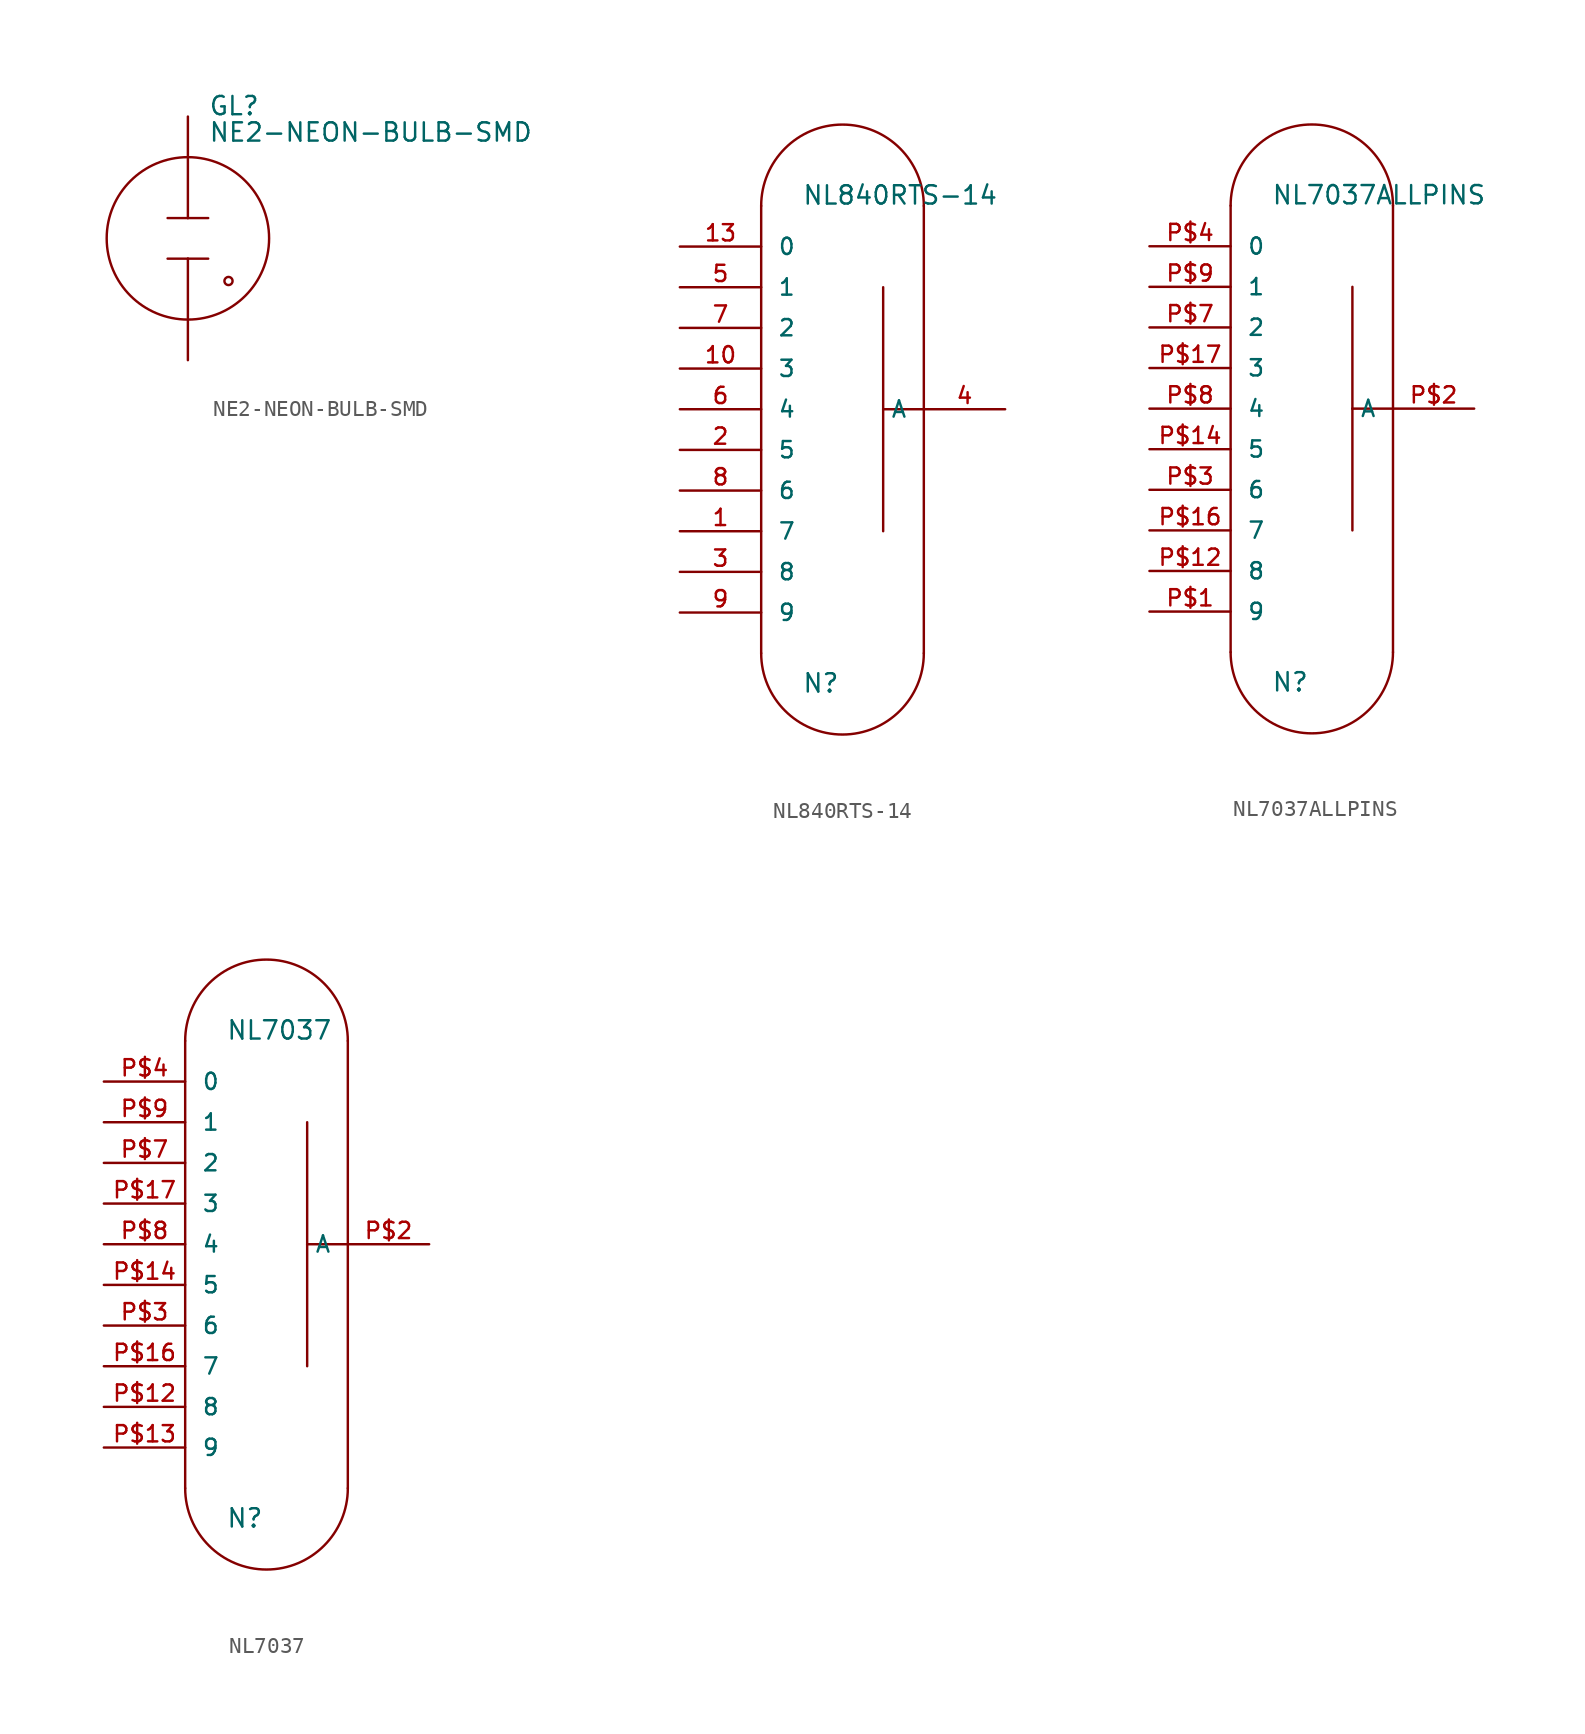
<source format=kicad_sym>
(kicad_symbol_lib
  (version 20211014)
  (generator kicad_symbol_editor)
  (symbol "NE2-NEON-BULB-SMD"
    (pin_numbers hide)
    (pin_names
      (offset 1.016) hide)
    (property "Reference" "GL"
      (at 1.27 7.62 0)
      (effects (font (size 1.143 1.143)) (justify left bottom)))
    (property "Value" "NE2-NEON-BULB-SMD"
      (at 1.27 5.969 0)
      (effects (font (size 1.143 1.143)) (justify left bottom)))
    (property "ki_locked" ""
      (at 0 0 0)
      (effects (font (size 1.27 1.27))))
    (symbol "NE2-NEON-BULB-SMD_1_0"
      (polyline (pts (xy -1.27 -1.27) (xy 0 -1.27)) (stroke (width 0) (type default) (color 0 0 0 0)) (fill (type none)))
      (polyline (pts (xy -1.27 1.27) (xy 0 1.27)) (stroke (width 0) (type default) (color 0 0 0 0)) (fill (type none)))
      (polyline (pts (xy 0 -1.27) (xy 0 -5.08)) (stroke (width 0) (type default) (color 0 0 0 0)) (fill (type none)))
      (polyline (pts (xy 0 -1.27) (xy 1.27 -1.27)) (stroke (width 0) (type default) (color 0 0 0 0)) (fill (type none)))
      (polyline (pts (xy 0 1.27) (xy 1.27 1.27)) (stroke (width 0) (type default) (color 0 0 0 0)) (fill (type none)))
      (polyline (pts (xy 0 5.08) (xy 0 1.27)) (stroke (width 0) (type default) (color 0 0 0 0)) (fill (type none))))
    (symbol "NE2-NEON-BULB-SMD_1_1"
      (circle (center 0 0) (radius 5.08) (stroke (width 0) (type default) (color 0 0 0 0)) (fill (type none)))
      (circle (center 2.54 -2.667) (radius 0.254) (stroke (width 0) (type default) (color 0 0 0 0)) (fill (type none)))
      (pin passive line (at 0 7.62 270) (length 2.54) (name "A" (effects (font (size 1.016 1.016)))) (number "1" (effects (font (size 1.016 1.016)))))
      (pin passive line (at 0 -7.62 90) (length 2.54) (name "A1" (effects (font (size 1.016 1.016)))) (number "2" (effects (font (size 1.016 1.016)))))))
  (symbol "NL840RTS-14"
    (pin_names
      (offset 1.016))
    (property "Reference" "N"
      (at -2.54 -15.24 0)
      (effects (font (size 1.143 1.143)) (justify left bottom)))
    (property "Value" "NL840RTS-14"
      (at -2.54 15.24 0)
      (effects (font (size 1.143 1.143)) (justify left bottom)))
    (property "ki_locked" ""
      (at 0 0 0)
      (effects (font (size 1.27 1.27))))
    (symbol "NL840RTS-14_1_0"
      (polyline (pts (xy -5.08 15.24) (xy -5.08 -12.7)) (stroke (width 0) (type default) (color 0 0 0 0)) (fill (type none)))
      (polyline (pts (xy 2.54 -5.08) (xy 2.54 2.54)) (stroke (width 0) (type default) (color 0 0 0 0)) (fill (type none)))
      (polyline (pts (xy 2.54 2.54) (xy 2.54 10.16)) (stroke (width 0) (type default) (color 0 0 0 0)) (fill (type none)))
      (polyline (pts (xy 5.08 2.54) (xy 2.54 2.54)) (stroke (width 0) (type default) (color 0 0 0 0)) (fill (type none)))
      (polyline (pts (xy 5.08 2.54) (xy 5.08 -12.7)) (stroke (width 0) (type default) (color 0 0 0 0)) (fill (type none)))
      (polyline (pts (xy 5.08 15.24) (xy 5.08 2.54)) (stroke (width 0) (type default) (color 0 0 0 0)) (fill (type none))))
    (symbol "NL840RTS-14_1_1"
      (arc (start -5.08 -12.7) (mid 0 -17.78) (end 5.08 -12.7) (stroke (width 0) (type default) (color 0 0 0 0)) (fill (type none)))
      (arc (start 5.08 15.24) (mid 0 20.32) (end -5.08 15.24) (stroke (width 0) (type default) (color 0 0 0 0)) (fill (type none)))
      (pin passive line (at -10.16 -5.08 0) (length 5.08) (name "7" (effects (font (size 1.016 1.016)))) (number "1" (effects (font (size 1.016 1.016)))))
      (pin passive line (at -10.16 5.08 0) (length 5.08) (name "3" (effects (font (size 1.016 1.016)))) (number "10" (effects (font (size 1.016 1.016)))))
      (pin passive line (at -10.16 12.7 0) (length 5.08) (name "0" (effects (font (size 1.016 1.016)))) (number "13" (effects (font (size 1.016 1.016)))))
      (pin passive line (at -10.16 0 0) (length 5.08) (name "5" (effects (font (size 1.016 1.016)))) (number "2" (effects (font (size 1.016 1.016)))))
      (pin passive line (at -10.16 -7.62 0) (length 5.08) (name "8" (effects (font (size 1.016 1.016)))) (number "3" (effects (font (size 1.016 1.016)))))
      (pin passive line (at 10.16 2.54 180) (length 5.08) (name "A" (effects (font (size 1.016 1.016)))) (number "4" (effects (font (size 1.016 1.016)))))
      (pin passive line (at -10.16 10.16 0) (length 5.08) (name "1" (effects (font (size 1.016 1.016)))) (number "5" (effects (font (size 1.016 1.016)))))
      (pin passive line (at -10.16 2.54 0) (length 5.08) (name "4" (effects (font (size 1.016 1.016)))) (number "6" (effects (font (size 1.016 1.016)))))
      (pin passive line (at -10.16 7.62 0) (length 5.08) (name "2" (effects (font (size 1.016 1.016)))) (number "7" (effects (font (size 1.016 1.016)))))
      (pin passive line (at -10.16 -2.54 0) (length 5.08) (name "6" (effects (font (size 1.016 1.016)))) (number "8" (effects (font (size 1.016 1.016)))))
      (pin passive line (at -10.16 -10.16 0) (length 5.08) (name "9" (effects (font (size 1.016 1.016)))) (number "9" (effects (font (size 1.016 1.016)))))))
  (symbol "NL7037ALLPINS"
    (pin_names
      (offset 1.016))
    (property "Reference" "N"
      (at -2.54 -15.24 0)
      (effects (font (size 1.143 1.143)) (justify left bottom)))
    (property "Value" "NL7037ALLPINS"
      (at -2.54 15.24 0)
      (effects (font (size 1.143 1.143)) (justify left bottom)))
    (property "ki_locked" ""
      (at 0 0 0)
      (effects (font (size 1.27 1.27))))
    (symbol "NL7037ALLPINS_1_0"
      (polyline (pts (xy -5.08 15.24) (xy -5.08 -12.7)) (stroke (width 0) (type default) (color 0 0 0 0)) (fill (type none)))
      (polyline (pts (xy 2.54 -5.08) (xy 2.54 2.54)) (stroke (width 0) (type default) (color 0 0 0 0)) (fill (type none)))
      (polyline (pts (xy 2.54 2.54) (xy 2.54 10.16)) (stroke (width 0) (type default) (color 0 0 0 0)) (fill (type none)))
      (polyline (pts (xy 5.08 2.54) (xy 2.54 2.54)) (stroke (width 0) (type default) (color 0 0 0 0)) (fill (type none)))
      (polyline (pts (xy 5.08 2.54) (xy 5.08 -12.7)) (stroke (width 0) (type default) (color 0 0 0 0)) (fill (type none)))
      (polyline (pts (xy 5.08 15.24) (xy 5.08 2.54)) (stroke (width 0) (type default) (color 0 0 0 0)) (fill (type none))))
    (symbol "NL7037ALLPINS_1_1"
      (arc (start -5.08 -12.7) (mid 0 -17.78) (end 5.08 -12.7) (stroke (width 0) (type default) (color 0 0 0 0)) (fill (type none)))
      (arc (start 5.08 15.24) (mid 0 20.32) (end -5.08 15.24) (stroke (width 0) (type default) (color 0 0 0 0)) (fill (type none)))
      (pin passive line (at -10.16 -10.16 0) (length 5.08) (name "9" (effects (font (size 1.016 1.016)))) (number "P$1" (effects (font (size 1.016 1.016)))))
      (pin passive line (at -10.16 -7.62 0) (length 5.08) (name "8" (effects (font (size 1.016 1.016)))) (number "P$12" (effects (font (size 1.016 1.016)))))
      (pin passive line (at -10.16 0 0) (length 5.08) (name "5" (effects (font (size 1.016 1.016)))) (number "P$14" (effects (font (size 1.016 1.016)))))
      (pin passive line (at -10.16 -5.08 0) (length 5.08) (name "7" (effects (font (size 1.016 1.016)))) (number "P$16" (effects (font (size 1.016 1.016)))))
      (pin passive line (at -10.16 5.08 0) (length 5.08) (name "3" (effects (font (size 1.016 1.016)))) (number "P$17" (effects (font (size 1.016 1.016)))))
      (pin passive line (at 10.16 2.54 180) (length 5.08) (name "A" (effects (font (size 1.016 1.016)))) (number "P$2" (effects (font (size 1.016 1.016)))))
      (pin passive line (at -10.16 -2.54 0) (length 5.08) (name "6" (effects (font (size 1.016 1.016)))) (number "P$3" (effects (font (size 1.016 1.016)))))
      (pin passive line (at -10.16 12.7 0) (length 5.08) (name "0" (effects (font (size 1.016 1.016)))) (number "P$4" (effects (font (size 1.016 1.016)))))
      (pin passive line (at -10.16 7.62 0) (length 5.08) (name "2" (effects (font (size 1.016 1.016)))) (number "P$7" (effects (font (size 1.016 1.016)))))
      (pin passive line (at -10.16 2.54 0) (length 5.08) (name "4" (effects (font (size 1.016 1.016)))) (number "P$8" (effects (font (size 1.016 1.016)))))
      (pin passive line (at -10.16 10.16 0) (length 5.08) (name "1" (effects (font (size 1.016 1.016)))) (number "P$9" (effects (font (size 1.016 1.016)))))))
  (symbol "NL7037"
    (pin_names
      (offset 1.016))
    (property "Reference" "N"
      (at -2.54 -15.24 0)
      (effects (font (size 1.143 1.143)) (justify left bottom)))
    (property "Value" "NL7037"
      (at -2.54 15.24 0)
      (effects (font (size 1.143 1.143)) (justify left bottom)))
    (property "ki_locked" ""
      (at 0 0 0)
      (effects (font (size 1.27 1.27))))
    (symbol "NL7037_1_0"
      (polyline (pts (xy -5.08 15.24) (xy -5.08 -12.7)) (stroke (width 0) (type default) (color 0 0 0 0)) (fill (type none)))
      (polyline (pts (xy 2.54 -5.08) (xy 2.54 2.54)) (stroke (width 0) (type default) (color 0 0 0 0)) (fill (type none)))
      (polyline (pts (xy 2.54 2.54) (xy 2.54 10.16)) (stroke (width 0) (type default) (color 0 0 0 0)) (fill (type none)))
      (polyline (pts (xy 5.08 2.54) (xy 2.54 2.54)) (stroke (width 0) (type default) (color 0 0 0 0)) (fill (type none)))
      (polyline (pts (xy 5.08 2.54) (xy 5.08 -12.7)) (stroke (width 0) (type default) (color 0 0 0 0)) (fill (type none)))
      (polyline (pts (xy 5.08 15.24) (xy 5.08 2.54)) (stroke (width 0) (type default) (color 0 0 0 0)) (fill (type none))))
    (symbol "NL7037_1_1"
      (arc (start -5.08 -12.7) (mid 0 -17.78) (end 5.08 -12.7) (stroke (width 0) (type default) (color 0 0 0 0)) (fill (type none)))
      (arc (start 5.08 15.24) (mid 0 20.32) (end -5.08 15.24) (stroke (width 0) (type default) (color 0 0 0 0)) (fill (type none)))
      (pin passive line (at -10.16 -7.62 0) (length 5.08) (name "8" (effects (font (size 1.016 1.016)))) (number "P$12" (effects (font (size 1.016 1.016)))))
      (pin passive line (at -10.16 -10.16 0) (length 5.08) (name "9" (effects (font (size 1.016 1.016)))) (number "P$13" (effects (font (size 1.016 1.016)))))
      (pin passive line (at -10.16 0 0) (length 5.08) (name "5" (effects (font (size 1.016 1.016)))) (number "P$14" (effects (font (size 1.016 1.016)))))
      (pin passive line (at -10.16 -5.08 0) (length 5.08) (name "7" (effects (font (size 1.016 1.016)))) (number "P$16" (effects (font (size 1.016 1.016)))))
      (pin passive line (at -10.16 5.08 0) (length 5.08) (name "3" (effects (font (size 1.016 1.016)))) (number "P$17" (effects (font (size 1.016 1.016)))))
      (pin passive line (at 10.16 2.54 180) (length 5.08) (name "A" (effects (font (size 1.016 1.016)))) (number "P$2" (effects (font (size 1.016 1.016)))))
      (pin passive line (at -10.16 -2.54 0) (length 5.08) (name "6" (effects (font (size 1.016 1.016)))) (number "P$3" (effects (font (size 1.016 1.016)))))
      (pin passive line (at -10.16 12.7 0) (length 5.08) (name "0" (effects (font (size 1.016 1.016)))) (number "P$4" (effects (font (size 1.016 1.016)))))
      (pin passive line (at -10.16 7.62 0) (length 5.08) (name "2" (effects (font (size 1.016 1.016)))) (number "P$7" (effects (font (size 1.016 1.016)))))
      (pin passive line (at -10.16 2.54 0) (length 5.08) (name "4" (effects (font (size 1.016 1.016)))) (number "P$8" (effects (font (size 1.016 1.016)))))
      (pin passive line (at -10.16 10.16 0) (length 5.08) (name "1" (effects (font (size 1.016 1.016)))) (number "P$9" (effects (font (size 1.016 1.016))))))))
</source>
